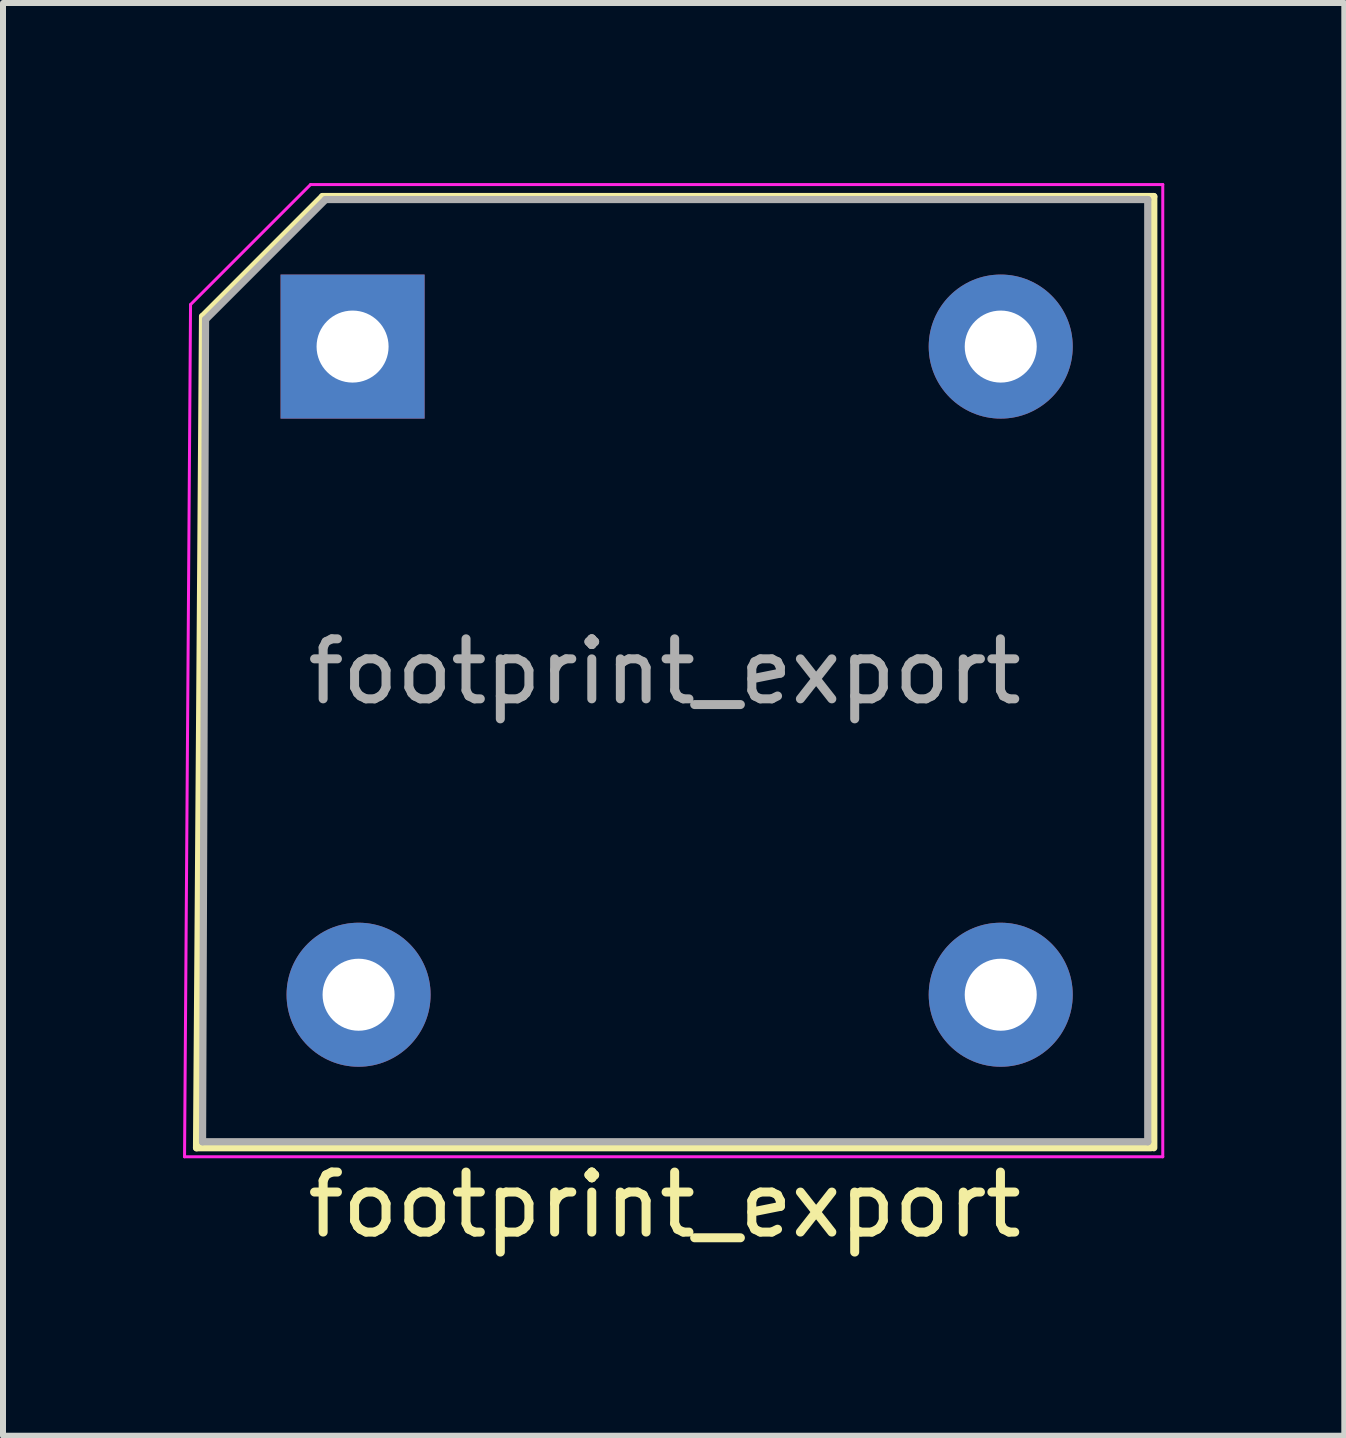
<source format=kicad_pcb>
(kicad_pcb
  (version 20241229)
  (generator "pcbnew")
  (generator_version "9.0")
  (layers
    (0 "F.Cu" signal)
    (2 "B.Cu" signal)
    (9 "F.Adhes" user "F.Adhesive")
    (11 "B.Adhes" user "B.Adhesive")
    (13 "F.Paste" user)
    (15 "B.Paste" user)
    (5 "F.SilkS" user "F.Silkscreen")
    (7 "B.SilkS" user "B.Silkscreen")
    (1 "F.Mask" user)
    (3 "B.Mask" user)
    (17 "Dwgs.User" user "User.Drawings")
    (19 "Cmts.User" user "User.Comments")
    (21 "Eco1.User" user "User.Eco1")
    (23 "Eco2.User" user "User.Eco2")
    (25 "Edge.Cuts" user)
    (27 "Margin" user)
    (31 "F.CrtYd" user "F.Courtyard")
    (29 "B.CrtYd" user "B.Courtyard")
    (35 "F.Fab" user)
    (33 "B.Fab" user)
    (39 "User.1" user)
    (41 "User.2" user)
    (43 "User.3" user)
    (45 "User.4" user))
  (footprint "footprint_export"
    (layer "F.Cu")
    (at 2.825 2.725)
    (property "Reference" "footprint_export" (at 5.2 14.3 180) (layer "F.SilkS") (effects (font (size 1 1) (thickness 0.15))))
    (attr through_hole)
    (fp_line (start -2.6 13.35) (end -2.5 -0.5) (stroke (width 0.12) (type solid)) (layer "F.SilkS"))
    (fp_line (start -2.5 -0.5) (end -0.5 -2.5) (stroke (width 0.12) (type solid)) (layer "F.SilkS"))
    (fp_line (start -0.5 -2.5) (end 13.35 -2.5) (stroke (width 0.12) (type solid)) (layer "F.SilkS"))
    (fp_line (start 13.3 13.35) (end -2.6 13.35) (stroke (width 0.12) (type solid)) (layer "F.SilkS"))
    (fp_line (start 13.35 -2.5) (end 13.35 13.35) (stroke (width 0.12) (type solid)) (layer "F.SilkS"))
    (fp_line (start -2.8 13.5) (end -2.7 -0.7) (stroke (width 0.05) (type solid)) (layer "F.CrtYd"))
    (fp_line (start -2.7 -0.7) (end -0.7 -2.7) (stroke (width 0.05) (type solid)) (layer "F.CrtYd"))
    (fp_line (start -0.7 -2.7) (end 13.5 -2.7) (stroke (width 0.05) (type solid)) (layer "F.CrtYd"))
    (fp_line (start 13.5 -2.7) (end 13.5 13.5) (stroke (width 0.05) (type solid)) (layer "F.CrtYd"))
    (fp_line (start 13.5 13.5) (end -2.8 13.5) (stroke (width 0.05) (type solid)) (layer "F.CrtYd"))
    (fp_line (start -2.5 13.25) (end -2.45 -0.45) (stroke (width 0.12) (type solid)) (layer "F.Fab"))
    (fp_line (start -2.45 -0.45) (end -0.45 -2.45) (stroke (width 0.12) (type solid)) (layer "F.Fab"))
    (fp_line (start -0.45 -2.45) (end 13.25 -2.45) (stroke (width 0.12) (type solid)) (layer "F.Fab"))
    (fp_line (start 13.25 -2.45) (end 13.25 13.25) (stroke (width 0.12) (type solid)) (layer "F.Fab"))
    (fp_line (start 13.25 13.25) (end -2.5 13.25) (stroke (width 0.12) (type solid)) (layer "F.Fab"))
    (fp_text user "${REFERENCE}" (at 5.2 5.415 180) (layer "F.Fab") (effects (font (size 1 1) (thickness 0.15))))
    (pad "1" thru_hole rect (at 0 0 180) (size 2.4 2.4) (drill 1.2) (layers "*.Cu" "*.Mask"))
    (pad "2" thru_hole circle (at 0.1 10.8 180) (size 2.4 2.4) (drill 1.2) (layers "*.Cu" "*.Mask"))
    (pad "3" thru_hole circle (at 10.8 10.8 180) (size 2.4 2.4) (drill 1.2) (layers "*.Cu" "*.Mask"))
    (pad "4" thru_hole circle (at 10.8 0 180) (size 2.4 2.4) (drill 1.2) (layers "*.Cu" "*.Mask")))
  (gr_rect
    (start -3 -3)
    (end 19.35 20.873)
    (stroke (width 0.1) (type default))
    (fill no)
    (layer "Edge.Cuts")))
</source>
